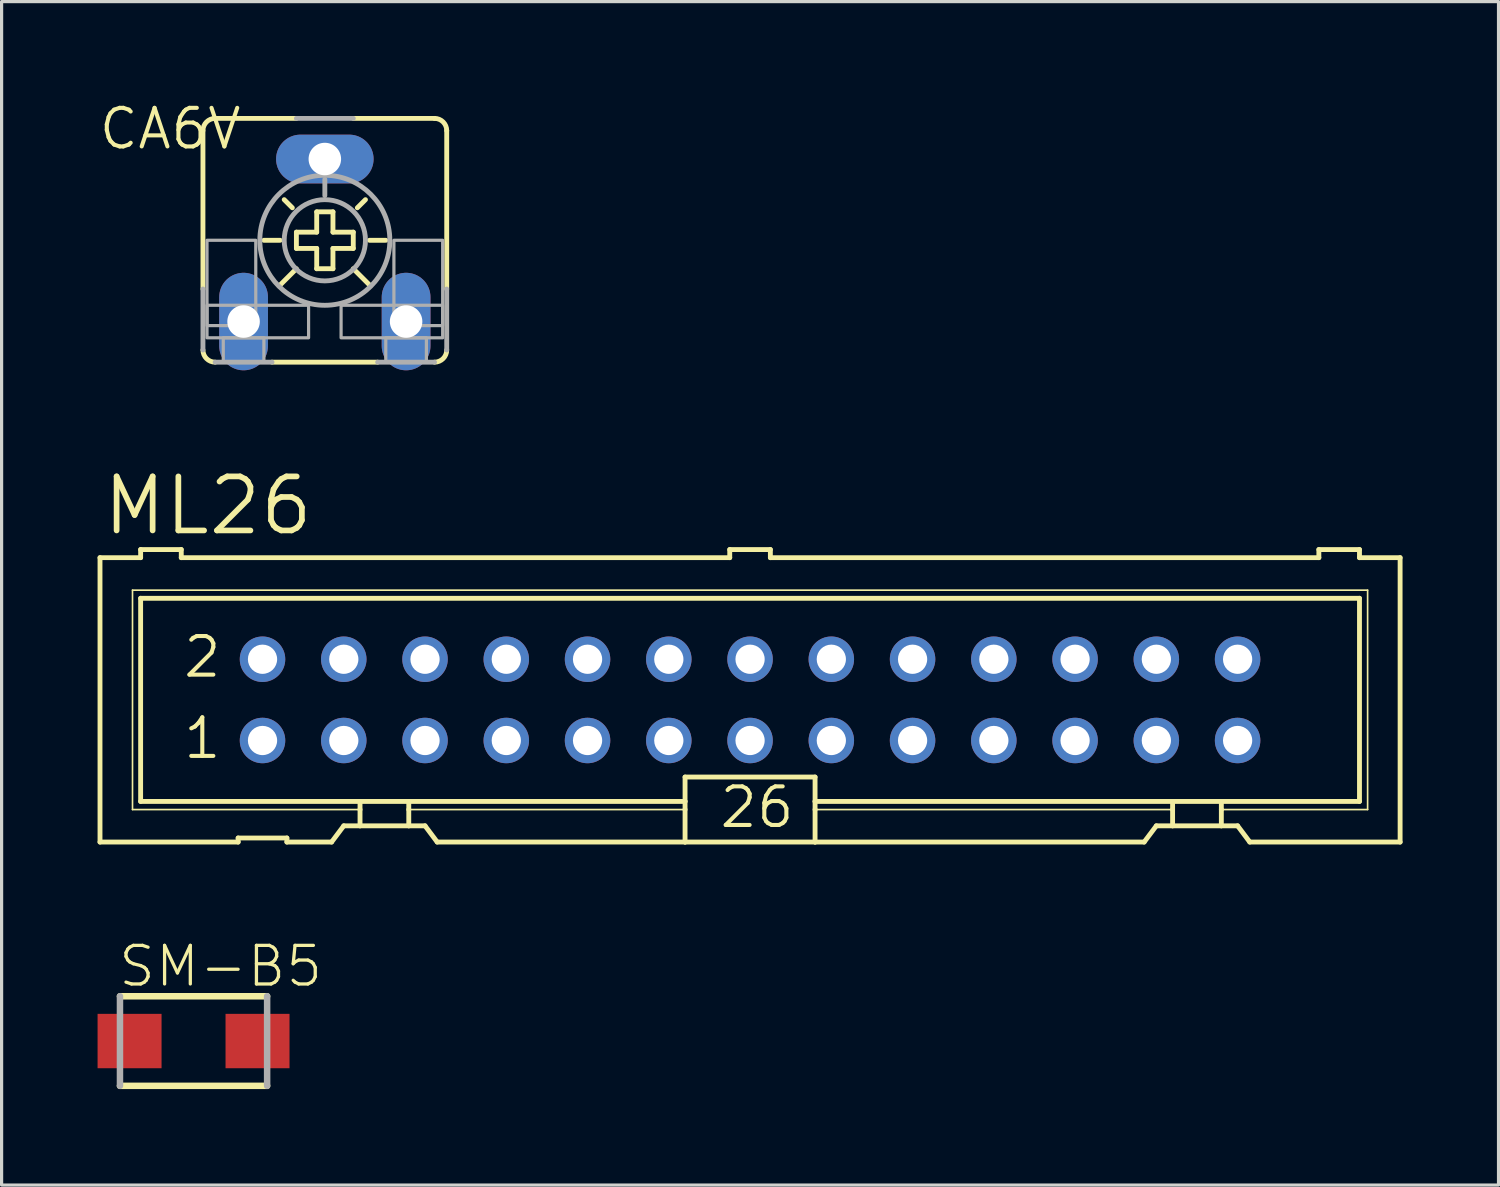
<source format=kicad_pcb>
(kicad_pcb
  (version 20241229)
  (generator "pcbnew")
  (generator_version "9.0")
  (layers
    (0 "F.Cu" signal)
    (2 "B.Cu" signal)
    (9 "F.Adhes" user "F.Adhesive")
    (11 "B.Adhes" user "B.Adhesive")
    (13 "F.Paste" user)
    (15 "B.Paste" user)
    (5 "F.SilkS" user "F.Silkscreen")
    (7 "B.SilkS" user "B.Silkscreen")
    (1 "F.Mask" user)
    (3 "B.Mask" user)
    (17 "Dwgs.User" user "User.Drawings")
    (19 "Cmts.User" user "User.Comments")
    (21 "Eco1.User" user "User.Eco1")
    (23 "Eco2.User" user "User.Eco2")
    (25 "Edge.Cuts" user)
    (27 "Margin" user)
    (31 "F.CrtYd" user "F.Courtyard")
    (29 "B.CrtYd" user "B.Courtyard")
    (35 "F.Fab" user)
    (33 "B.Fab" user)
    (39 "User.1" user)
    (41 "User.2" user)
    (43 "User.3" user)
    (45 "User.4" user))
  (footprint "ML26"
    (layer "F.Cu")
    (at 20.396 18.827)
    (property "Reference" "ML26" (at -20.32 -5.08 0) (layer "F.SilkS") (effects (font (size 1.689 1.689) (thickness 0.178)) (justify left bottom)))
    (attr through_hole)
    (fp_line (start -20.32 -4.445) (end -20.32 4.445) (stroke (width 0.152) (type solid)) (layer "F.SilkS"))
    (fp_line (start -20.32 -4.445) (end -19.05 -4.445) (stroke (width 0.152) (type solid)) (layer "F.SilkS"))
    (fp_line (start -20.32 4.445) (end -16.002 4.445) (stroke (width 0.152) (type solid)) (layer "F.SilkS"))
    (fp_line (start -19.304 -3.429) (end -19.304 3.429) (stroke (width 0.051) (type solid)) (layer "F.SilkS"))
    (fp_line (start -19.304 3.429) (end -12.192 3.429) (stroke (width 0.051) (type solid)) (layer "F.SilkS"))
    (fp_line (start -19.05 -4.699) (end -19.05 -4.445) (stroke (width 0.152) (type solid)) (layer "F.SilkS"))
    (fp_line (start -19.05 -3.175) (end -19.05 3.175) (stroke (width 0.152) (type solid)) (layer "F.SilkS"))
    (fp_line (start -19.05 -3.175) (end 19.05 -3.175) (stroke (width 0.152) (type solid)) (layer "F.SilkS"))
    (fp_line (start -17.78 -4.699) (end -19.05 -4.699) (stroke (width 0.152) (type solid)) (layer "F.SilkS"))
    (fp_line (start -17.78 -4.699) (end -17.78 -4.445) (stroke (width 0.152) (type solid)) (layer "F.SilkS"))
    (fp_line (start -17.78 -4.445) (end -0.635 -4.445) (stroke (width 0.152) (type solid)) (layer "F.SilkS"))
    (fp_line (start -16.002 4.318) (end -16.002 4.445) (stroke (width 0.152) (type solid)) (layer "F.SilkS"))
    (fp_line (start -16.002 4.318) (end -14.478 4.318) (stroke (width 0.152) (type solid)) (layer "F.SilkS"))
    (fp_line (start -14.478 4.445) (end -14.478 4.318) (stroke (width 0.152) (type solid)) (layer "F.SilkS"))
    (fp_line (start -14.478 4.445) (end -13.081 4.445) (stroke (width 0.152) (type solid)) (layer "F.SilkS"))
    (fp_line (start -13.081 4.445) (end -12.7 3.937) (stroke (width 0.152) (type solid)) (layer "F.SilkS"))
    (fp_line (start -12.192 3.175) (end -19.05 3.175) (stroke (width 0.152) (type solid)) (layer "F.SilkS"))
    (fp_line (start -12.192 3.175) (end -12.192 3.429) (stroke (width 0.152) (type solid)) (layer "F.SilkS"))
    (fp_line (start -12.192 3.429) (end -12.192 3.937) (stroke (width 0.152) (type solid)) (layer "F.SilkS"))
    (fp_line (start -12.192 3.937) (end -12.7 3.937) (stroke (width 0.152) (type solid)) (layer "F.SilkS"))
    (fp_line (start -10.668 3.175) (end -12.192 3.175) (stroke (width 0.152) (type solid)) (layer "F.SilkS"))
    (fp_line (start -10.668 3.175) (end -10.668 3.429) (stroke (width 0.152) (type solid)) (layer "F.SilkS"))
    (fp_line (start -10.668 3.429) (end -10.668 3.937) (stroke (width 0.152) (type solid)) (layer "F.SilkS"))
    (fp_line (start -10.668 3.429) (end -2.032 3.429) (stroke (width 0.051) (type solid)) (layer "F.SilkS"))
    (fp_line (start -10.668 3.937) (end -12.192 3.937) (stroke (width 0.152) (type solid)) (layer "F.SilkS"))
    (fp_line (start -10.16 3.937) (end -10.668 3.937) (stroke (width 0.152) (type solid)) (layer "F.SilkS"))
    (fp_line (start -10.16 3.937) (end -9.779 4.445) (stroke (width 0.152) (type solid)) (layer "F.SilkS"))
    (fp_line (start -9.779 4.445) (end -2.032 4.445) (stroke (width 0.152) (type solid)) (layer "F.SilkS"))
    (fp_line (start -2.032 3.175) (end -10.668 3.175) (stroke (width 0.152) (type solid)) (layer "F.SilkS"))
    (fp_line (start -2.032 3.175) (end -2.032 2.413) (stroke (width 0.152) (type solid)) (layer "F.SilkS"))
    (fp_line (start -2.032 3.175) (end -2.032 3.429) (stroke (width 0.152) (type solid)) (layer "F.SilkS"))
    (fp_line (start -2.032 3.429) (end -2.032 4.445) (stroke (width 0.152) (type solid)) (layer "F.SilkS"))
    (fp_line (start -0.635 -4.699) (end -0.635 -4.445) (stroke (width 0.152) (type solid)) (layer "F.SilkS"))
    (fp_line (start 0.635 -4.699) (end -0.635 -4.699) (stroke (width 0.152) (type solid)) (layer "F.SilkS"))
    (fp_line (start 0.635 -4.699) (end 0.635 -4.445) (stroke (width 0.152) (type solid)) (layer "F.SilkS"))
    (fp_line (start 0.635 -4.445) (end 17.78 -4.445) (stroke (width 0.152) (type solid)) (layer "F.SilkS"))
    (fp_line (start 2.032 2.413) (end -2.032 2.413) (stroke (width 0.152) (type solid)) (layer "F.SilkS"))
    (fp_line (start 2.032 2.413) (end 2.032 3.175) (stroke (width 0.152) (type solid)) (layer "F.SilkS"))
    (fp_line (start 2.032 3.175) (end 2.032 3.429) (stroke (width 0.152) (type solid)) (layer "F.SilkS"))
    (fp_line (start 2.032 3.429) (end 2.032 4.445) (stroke (width 0.152) (type solid)) (layer "F.SilkS"))
    (fp_line (start 2.032 4.445) (end -2.032 4.445) (stroke (width 0.152) (type solid)) (layer "F.SilkS"))
    (fp_line (start 12.319 4.445) (end 2.032 4.445) (stroke (width 0.152) (type solid)) (layer "F.SilkS"))
    (fp_line (start 12.319 4.445) (end 12.7 3.937) (stroke (width 0.152) (type solid)) (layer "F.SilkS"))
    (fp_line (start 13.208 3.175) (end 2.032 3.175) (stroke (width 0.152) (type solid)) (layer "F.SilkS"))
    (fp_line (start 13.208 3.175) (end 13.208 3.429) (stroke (width 0.152) (type solid)) (layer "F.SilkS"))
    (fp_line (start 13.208 3.429) (end 2.032 3.429) (stroke (width 0.051) (type solid)) (layer "F.SilkS"))
    (fp_line (start 13.208 3.429) (end 13.208 3.937) (stroke (width 0.152) (type solid)) (layer "F.SilkS"))
    (fp_line (start 13.208 3.937) (end 12.7 3.937) (stroke (width 0.152) (type solid)) (layer "F.SilkS"))
    (fp_line (start 14.732 3.175) (end 13.208 3.175) (stroke (width 0.152) (type solid)) (layer "F.SilkS"))
    (fp_line (start 14.732 3.175) (end 14.732 3.429) (stroke (width 0.152) (type solid)) (layer "F.SilkS"))
    (fp_line (start 14.732 3.429) (end 14.732 3.937) (stroke (width 0.152) (type solid)) (layer "F.SilkS"))
    (fp_line (start 14.732 3.429) (end 19.304 3.429) (stroke (width 0.051) (type solid)) (layer "F.SilkS"))
    (fp_line (start 14.732 3.937) (end 13.208 3.937) (stroke (width 0.152) (type solid)) (layer "F.SilkS"))
    (fp_line (start 15.24 3.937) (end 14.732 3.937) (stroke (width 0.152) (type solid)) (layer "F.SilkS"))
    (fp_line (start 15.24 3.937) (end 15.621 4.445) (stroke (width 0.152) (type solid)) (layer "F.SilkS"))
    (fp_line (start 17.78 -4.445) (end 17.78 -4.699) (stroke (width 0.152) (type solid)) (layer "F.SilkS"))
    (fp_line (start 19.05 -4.699) (end 17.78 -4.699) (stroke (width 0.152) (type solid)) (layer "F.SilkS"))
    (fp_line (start 19.05 -4.445) (end 19.05 -4.699) (stroke (width 0.152) (type solid)) (layer "F.SilkS"))
    (fp_line (start 19.05 -4.445) (end 20.32 -4.445) (stroke (width 0.152) (type solid)) (layer "F.SilkS"))
    (fp_line (start 19.05 3.175) (end 14.732 3.175) (stroke (width 0.152) (type solid)) (layer "F.SilkS"))
    (fp_line (start 19.05 3.175) (end 19.05 -3.175) (stroke (width 0.152) (type solid)) (layer "F.SilkS"))
    (fp_line (start 19.304 -3.429) (end -19.304 -3.429) (stroke (width 0.051) (type solid)) (layer "F.SilkS"))
    (fp_line (start 19.304 3.429) (end 19.304 -3.429) (stroke (width 0.051) (type solid)) (layer "F.SilkS"))
    (fp_line (start 20.32 4.445) (end 15.621 4.445) (stroke (width 0.152) (type solid)) (layer "F.SilkS"))
    (fp_line (start 20.32 4.445) (end 20.32 -4.445) (stroke (width 0.152) (type solid)) (layer "F.SilkS"))
    (fp_poly (pts (xy -15.494 -1.016) (xy -14.986 -1.016) (xy -14.986 -1.524) (xy -15.494 -1.524)) (stroke (width 0.1) (type solid)) (fill no) (layer "F.Fab"))
    (fp_poly (pts (xy -15.494 1.524) (xy -14.986 1.524) (xy -14.986 1.016) (xy -15.494 1.016)) (stroke (width 0.1) (type solid)) (fill no) (layer "F.Fab"))
    (fp_poly (pts (xy -12.954 -1.016) (xy -12.446 -1.016) (xy -12.446 -1.524) (xy -12.954 -1.524)) (stroke (width 0.1) (type solid)) (fill no) (layer "F.Fab"))
    (fp_poly (pts (xy -12.954 1.524) (xy -12.446 1.524) (xy -12.446 1.016) (xy -12.954 1.016)) (stroke (width 0.1) (type solid)) (fill no) (layer "F.Fab"))
    (fp_poly (pts (xy -10.414 -1.016) (xy -9.906 -1.016) (xy -9.906 -1.524) (xy -10.414 -1.524)) (stroke (width 0.1) (type solid)) (fill no) (layer "F.Fab"))
    (fp_poly (pts (xy -10.414 1.524) (xy -9.906 1.524) (xy -9.906 1.016) (xy -10.414 1.016)) (stroke (width 0.1) (type solid)) (fill no) (layer "F.Fab"))
    (fp_poly (pts (xy -7.874 -1.016) (xy -7.366 -1.016) (xy -7.366 -1.524) (xy -7.874 -1.524)) (stroke (width 0.1) (type solid)) (fill no) (layer "F.Fab"))
    (fp_poly (pts (xy -7.874 1.524) (xy -7.366 1.524) (xy -7.366 1.016) (xy -7.874 1.016)) (stroke (width 0.1) (type solid)) (fill no) (layer "F.Fab"))
    (fp_poly (pts (xy -5.334 -1.016) (xy -4.826 -1.016) (xy -4.826 -1.524) (xy -5.334 -1.524)) (stroke (width 0.1) (type solid)) (fill no) (layer "F.Fab"))
    (fp_poly (pts (xy -5.334 1.524) (xy -4.826 1.524) (xy -4.826 1.016) (xy -5.334 1.016)) (stroke (width 0.1) (type solid)) (fill no) (layer "F.Fab"))
    (fp_poly (pts (xy -2.794 -1.016) (xy -2.286 -1.016) (xy -2.286 -1.524) (xy -2.794 -1.524)) (stroke (width 0.1) (type solid)) (fill no) (layer "F.Fab"))
    (fp_poly (pts (xy -2.794 1.524) (xy -2.286 1.524) (xy -2.286 1.016) (xy -2.794 1.016)) (stroke (width 0.1) (type solid)) (fill no) (layer "F.Fab"))
    (fp_poly (pts (xy -0.254 -1.016) (xy 0.254 -1.016) (xy 0.254 -1.524) (xy -0.254 -1.524)) (stroke (width 0.1) (type solid)) (fill no) (layer "F.Fab"))
    (fp_poly (pts (xy -0.254 1.524) (xy 0.254 1.524) (xy 0.254 1.016) (xy -0.254 1.016)) (stroke (width 0.1) (type solid)) (fill no) (layer "F.Fab"))
    (fp_poly (pts (xy 2.286 -1.016) (xy 2.794 -1.016) (xy 2.794 -1.524) (xy 2.286 -1.524)) (stroke (width 0.1) (type solid)) (fill no) (layer "F.Fab"))
    (fp_poly (pts (xy 2.286 1.524) (xy 2.794 1.524) (xy 2.794 1.016) (xy 2.286 1.016)) (stroke (width 0.1) (type solid)) (fill no) (layer "F.Fab"))
    (fp_poly (pts (xy 4.826 -1.016) (xy 5.334 -1.016) (xy 5.334 -1.524) (xy 4.826 -1.524)) (stroke (width 0.1) (type solid)) (fill no) (layer "F.Fab"))
    (fp_poly (pts (xy 4.826 1.524) (xy 5.334 1.524) (xy 5.334 1.016) (xy 4.826 1.016)) (stroke (width 0.1) (type solid)) (fill no) (layer "F.Fab"))
    (fp_poly (pts (xy 7.366 -1.016) (xy 7.874 -1.016) (xy 7.874 -1.524) (xy 7.366 -1.524)) (stroke (width 0.1) (type solid)) (fill no) (layer "F.Fab"))
    (fp_poly (pts (xy 7.366 1.524) (xy 7.874 1.524) (xy 7.874 1.016) (xy 7.366 1.016)) (stroke (width 0.1) (type solid)) (fill no) (layer "F.Fab"))
    (fp_poly (pts (xy 9.906 -1.016) (xy 10.414 -1.016) (xy 10.414 -1.524) (xy 9.906 -1.524)) (stroke (width 0.1) (type solid)) (fill no) (layer "F.Fab"))
    (fp_poly (pts (xy 9.906 1.524) (xy 10.414 1.524) (xy 10.414 1.016) (xy 9.906 1.016)) (stroke (width 0.1) (type solid)) (fill no) (layer "F.Fab"))
    (fp_poly (pts (xy 12.446 -1.016) (xy 12.954 -1.016) (xy 12.954 -1.524) (xy 12.446 -1.524)) (stroke (width 0.1) (type solid)) (fill no) (layer "F.Fab"))
    (fp_poly (pts (xy 12.446 1.524) (xy 12.954 1.524) (xy 12.954 1.016) (xy 12.446 1.016)) (stroke (width 0.1) (type solid)) (fill no) (layer "F.Fab"))
    (fp_poly (pts (xy 14.986 -1.016) (xy 15.494 -1.016) (xy 15.494 -1.524) (xy 14.986 -1.524)) (stroke (width 0.1) (type solid)) (fill no) (layer "F.Fab"))
    (fp_poly (pts (xy 14.986 1.524) (xy 15.494 1.524) (xy 15.494 1.016) (xy 14.986 1.016)) (stroke (width 0.1) (type solid)) (fill no) (layer "F.Fab"))
    (fp_text user "2" (at -17.78 -0.635 0) (layer "F.SilkS") (effects (font (size 1.206 1.206) (thickness 0.127)) (justify left bottom)))
    (fp_text user "26" (at -1.016 4.064 0) (layer "F.SilkS") (effects (font (size 1.206 1.206) (thickness 0.127)) (justify left bottom)))
    (fp_text user "1" (at -17.78 1.905 0) (layer "F.SilkS") (effects (font (size 1.206 1.206) (thickness 0.127)) (justify left bottom)))
    (pad "1" thru_hole circle (at -15.24 1.27) (size 1.422 1.422) (drill 0.914) (layers "*.Cu" "*.Mask"))
    (pad "2" thru_hole circle (at -15.24 -1.27) (size 1.422 1.422) (drill 0.914) (layers "*.Cu" "*.Mask"))
    (pad "3" thru_hole circle (at -12.7 1.27) (size 1.422 1.422) (drill 0.914) (layers "*.Cu" "*.Mask"))
    (pad "4" thru_hole circle (at -12.7 -1.27) (size 1.422 1.422) (drill 0.914) (layers "*.Cu" "*.Mask"))
    (pad "5" thru_hole circle (at -10.16 1.27) (size 1.422 1.422) (drill 0.914) (layers "*.Cu" "*.Mask"))
    (pad "6" thru_hole circle (at -10.16 -1.27) (size 1.422 1.422) (drill 0.914) (layers "*.Cu" "*.Mask"))
    (pad "7" thru_hole circle (at -7.62 1.27) (size 1.422 1.422) (drill 0.914) (layers "*.Cu" "*.Mask"))
    (pad "8" thru_hole circle (at -7.62 -1.27) (size 1.422 1.422) (drill 0.914) (layers "*.Cu" "*.Mask"))
    (pad "9" thru_hole circle (at -5.08 1.27) (size 1.422 1.422) (drill 0.914) (layers "*.Cu" "*.Mask"))
    (pad "10" thru_hole circle (at -5.08 -1.27) (size 1.422 1.422) (drill 0.914) (layers "*.Cu" "*.Mask"))
    (pad "11" thru_hole circle (at -2.54 1.27) (size 1.422 1.422) (drill 0.914) (layers "*.Cu" "*.Mask"))
    (pad "12" thru_hole circle (at -2.54 -1.27) (size 1.422 1.422) (drill 0.914) (layers "*.Cu" "*.Mask"))
    (pad "13" thru_hole circle (at 0 1.27) (size 1.422 1.422) (drill 0.914) (layers "*.Cu" "*.Mask"))
    (pad "14" thru_hole circle (at 0 -1.27) (size 1.422 1.422) (drill 0.914) (layers "*.Cu" "*.Mask"))
    (pad "15" thru_hole circle (at 2.54 1.27) (size 1.422 1.422) (drill 0.914) (layers "*.Cu" "*.Mask"))
    (pad "16" thru_hole circle (at 2.54 -1.27) (size 1.422 1.422) (drill 0.914) (layers "*.Cu" "*.Mask"))
    (pad "17" thru_hole circle (at 5.08 1.27) (size 1.422 1.422) (drill 0.914) (layers "*.Cu" "*.Mask"))
    (pad "18" thru_hole circle (at 5.08 -1.27) (size 1.422 1.422) (drill 0.914) (layers "*.Cu" "*.Mask"))
    (pad "19" thru_hole circle (at 7.62 1.27) (size 1.422 1.422) (drill 0.914) (layers "*.Cu" "*.Mask"))
    (pad "20" thru_hole circle (at 7.62 -1.27) (size 1.422 1.422) (drill 0.914) (layers "*.Cu" "*.Mask"))
    (pad "21" thru_hole circle (at 10.16 1.27) (size 1.422 1.422) (drill 0.914) (layers "*.Cu" "*.Mask"))
    (pad "22" thru_hole circle (at 10.16 -1.27) (size 1.422 1.422) (drill 0.914) (layers "*.Cu" "*.Mask"))
    (pad "23" thru_hole circle (at 12.7 1.27) (size 1.422 1.422) (drill 0.914) (layers "*.Cu" "*.Mask"))
    (pad "24" thru_hole circle (at 12.7 -1.27) (size 1.422 1.422) (drill 0.914) (layers "*.Cu" "*.Mask"))
    (pad "25" thru_hole circle (at 15.24 1.27) (size 1.422 1.422) (drill 0.914) (layers "*.Cu" "*.Mask"))
    (pad "26" thru_hole circle (at 15.24 -1.27) (size 1.422 1.422) (drill 0.914) (layers "*.Cu" "*.Mask")))
  (footprint "CA6V"
    (layer "F.Cu")
    (at 7.104 4.461)
    (property "Reference" "CA6V" (at -2.54 -4.191 0) (layer "F.SilkS") (effects (font (size 1.206 1.206) (thickness 0.127)) (justify right top)))
    (attr through_hole)
    (fp_line (start -3.81 -3.429) (end -3.81 1.524) (stroke (width 0.152) (type solid)) (layer "F.SilkS"))
    (fp_line (start -3.429 -3.81) (end -0.889 -3.81) (stroke (width 0.152) (type solid)) (layer "F.SilkS"))
    (fp_line (start -1.905 0) (end -1.397 0) (stroke (width 0.152) (type solid)) (layer "F.SilkS"))
    (fp_line (start -1.016 -1.016) (end -1.27 -1.27) (stroke (width 0.152) (type solid)) (layer "F.SilkS"))
    (fp_line (start -0.889 -0.254) (end -0.254 -0.254) (stroke (width 0.152) (type solid)) (layer "F.SilkS"))
    (fp_line (start -0.889 0.254) (end -0.889 -0.254) (stroke (width 0.152) (type solid)) (layer "F.SilkS"))
    (fp_line (start -0.889 0.889) (end -1.397 1.397) (stroke (width 0.152) (type solid)) (layer "F.SilkS"))
    (fp_line (start -0.254 -0.889) (end 0.254 -0.889) (stroke (width 0.152) (type solid)) (layer "F.SilkS"))
    (fp_line (start -0.254 -0.254) (end -0.254 -0.889) (stroke (width 0.152) (type solid)) (layer "F.SilkS"))
    (fp_line (start -0.254 0.254) (end -0.889 0.254) (stroke (width 0.152) (type solid)) (layer "F.SilkS"))
    (fp_line (start -0.254 0.889) (end -0.254 0.254) (stroke (width 0.152) (type solid)) (layer "F.SilkS"))
    (fp_line (start 0.254 -0.889) (end 0.254 -0.254) (stroke (width 0.152) (type solid)) (layer "F.SilkS"))
    (fp_line (start 0.254 -0.254) (end 0.889 -0.254) (stroke (width 0.152) (type solid)) (layer "F.SilkS"))
    (fp_line (start 0.254 0.254) (end 0.254 0.889) (stroke (width 0.152) (type solid)) (layer "F.SilkS"))
    (fp_line (start 0.254 0.889) (end -0.254 0.889) (stroke (width 0.152) (type solid)) (layer "F.SilkS"))
    (fp_line (start 0.889 -0.254) (end 0.889 0.254) (stroke (width 0.152) (type solid)) (layer "F.SilkS"))
    (fp_line (start 0.889 0.254) (end 0.254 0.254) (stroke (width 0.152) (type solid)) (layer "F.SilkS"))
    (fp_line (start 0.889 0.889) (end 1.397 1.397) (stroke (width 0.152) (type solid)) (layer "F.SilkS"))
    (fp_line (start 1.016 -1.016) (end 1.27 -1.27) (stroke (width 0.152) (type solid)) (layer "F.SilkS"))
    (fp_line (start 1.397 0) (end 1.905 0) (stroke (width 0.152) (type solid)) (layer "F.SilkS"))
    (fp_line (start 1.651 3.81) (end -1.651 3.81) (stroke (width 0.152) (type solid)) (layer "F.SilkS"))
    (fp_line (start 3.429 -3.81) (end 0.889 -3.81) (stroke (width 0.152) (type solid)) (layer "F.SilkS"))
    (fp_line (start 3.81 1.524) (end 3.81 -3.429) (stroke (width 0.152) (type solid)) (layer "F.SilkS"))
    (fp_arc (start -3.81 -3.429) (mid -3.698408 -3.698408) (end -3.429 -3.81) (stroke (width 0.1524) (type solid)) (layer "F.SilkS"))
    (fp_arc (start -3.429 3.81) (mid -3.698408 3.698408) (end -3.81 3.429) (stroke (width 0.1524) (type solid)) (layer "F.SilkS"))
    (fp_arc (start 3.429 -3.81) (mid 3.698408 -3.698408) (end 3.81 -3.429) (stroke (width 0.1524) (type solid)) (layer "F.SilkS"))
    (fp_arc (start 3.81 3.429) (mid 3.698408 3.698408) (end 3.429 3.81) (stroke (width 0.1524) (type solid)) (layer "F.SilkS"))
    (fp_line (start -3.81 3.429) (end -3.81 1.524) (stroke (width 0.152) (type solid)) (layer "F.Fab"))
    (fp_line (start -1.651 3.81) (end -3.429 3.81) (stroke (width 0.152) (type solid)) (layer "F.Fab"))
    (fp_line (start 0 -1.397) (end 0 -1.905) (stroke (width 0.152) (type solid)) (layer "F.Fab"))
    (fp_line (start 0.889 -3.81) (end -0.889 -3.81) (stroke (width 0.152) (type solid)) (layer "F.Fab"))
    (fp_line (start 3.429 3.81) (end 1.651 3.81) (stroke (width 0.152) (type solid)) (layer "F.Fab"))
    (fp_line (start 3.81 1.524) (end 3.81 3.429) (stroke (width 0.152) (type solid)) (layer "F.Fab"))
    (fp_circle (center 0 0) (end 1.27 0) (stroke (width 0.152) (type solid)) (fill no) (layer "F.Fab"))
    (fp_circle (center 0 0) (end 2.032 0) (stroke (width 0.152) (type solid)) (fill no) (layer "F.Fab"))
    (fp_poly (pts (xy -3.683 2.667) (xy -2.159 2.667) (xy -2.159 0) (xy -3.683 0)) (stroke (width 0.1) (type solid)) (fill no) (layer "F.Fab"))
    (fp_poly (pts (xy -3.683 3.048) (xy -0.508 3.048) (xy -0.508 2.032) (xy -3.683 2.032)) (stroke (width 0.1) (type solid)) (fill no) (layer "F.Fab"))
    (fp_poly (pts (xy -3.175 3.81) (xy -1.905 3.81) (xy -1.905 3.048) (xy -3.175 3.048)) (stroke (width 0.1) (type solid)) (fill no) (layer "F.Fab"))
    (fp_poly (pts (xy 0.508 3.048) (xy 3.683 3.048) (xy 3.683 2.032) (xy 0.508 2.032)) (stroke (width 0.1) (type solid)) (fill no) (layer "F.Fab"))
    (fp_poly (pts (xy 1.905 3.81) (xy 3.175 3.81) (xy 3.175 3.048) (xy 1.905 3.048)) (stroke (width 0.1) (type solid)) (fill no) (layer "F.Fab"))
    (fp_poly (pts (xy 2.159 2.667) (xy 3.683 2.667) (xy 3.683 0) (xy 2.159 0)) (stroke (width 0.1) (type solid)) (fill no) (layer "F.Fab"))
    (pad "A" thru_hole oval (at -2.54 2.54 90) (size 3.048 1.524) (drill 1.016) (layers "*.Cu" "*.Mask"))
    (pad "E" thru_hole oval (at 2.54 2.54 90) (size 3.048 1.524) (drill 1.016) (layers "*.Cu" "*.Mask"))
    (pad "S" thru_hole oval (at 0 -2.54) (size 3.048 1.524) (drill 1.016) (layers "*.Cu" "*.Mask")))
  (footprint "SM-B5"
    (layer "F.Cu")
    (at 3 29.492)
    (property "Reference" "SM-B5" (at -2.408 -1.632 0) (layer "F.SilkS") (effects (font (size 1.206 1.206) (thickness 0.102)) (justify left bottom)))
    (attr through_hole)
    (fp_line (start -2.3 1.4) (end 2.3 1.4) (stroke (width 0.203) (type solid)) (layer "F.SilkS"))
    (fp_line (start 2.3 -1.4) (end -2.3 -1.4) (stroke (width 0.203) (type solid)) (layer "F.SilkS"))
    (fp_line (start -2.3 -1.4) (end -2.3 1.4) (stroke (width 0.203) (type solid)) (layer "F.Fab"))
    (fp_line (start 2.3 1.4) (end 2.3 -1.4) (stroke (width 0.203) (type solid)) (layer "F.Fab"))
    (pad "1" smd rect (at -2 0) (size 2 1.7) (layers "F.Cu" "F.Mask" "F.Paste"))
    (pad "2" smd rect (at 2 0) (size 2 1.7) (layers "F.Cu" "F.Mask" "F.Paste")))
  (gr_rect
    (start -3 -3)
    (end 43.792 33.993)
    (stroke (width 0.1) (type default))
    (fill no)
    (layer "Edge.Cuts")))
</source>
